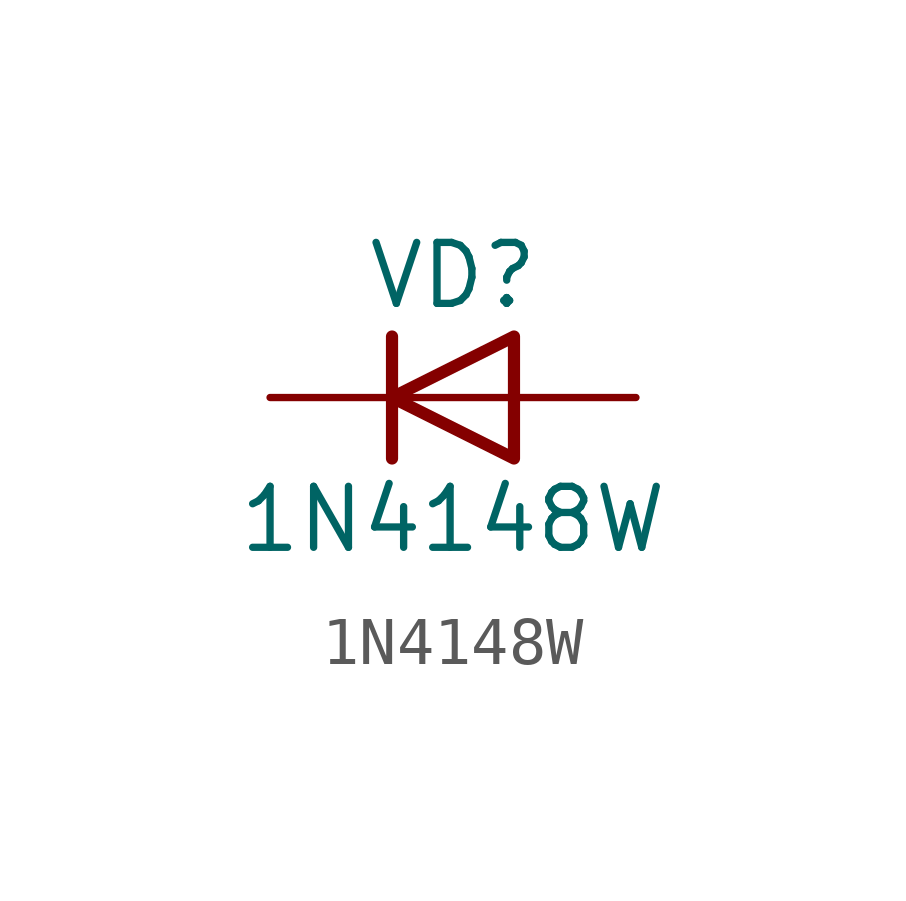
<source format=kicad_sym>
(kicad_symbol_lib
  (version 20210619)
  (generator kicad_symbol_editor)
  (symbol "my_Library:1N4148W"
    (pin_numbers hide)
    (pin_names
      (offset 1.016) hide)
    (property "Reference" "VD"
      (at 0 2.54 0)
      (effects (font (size 1.27 1.27))))
    (property "Value" "1N4148W"
      (at 0 -2.54 0)
      (effects (font (size 1.27 1.27))))
    (symbol "1N4148W_0_1"
      (polyline (pts (xy -1.27 1.27) (xy -1.27 -1.27)) (stroke (width 0.254)) (fill (type none)))
      (polyline (pts (xy 1.27 0) (xy -1.27 0)) (stroke (width 0)) (fill (type none)))
      (polyline (pts (xy 1.27 1.27) (xy 1.27 -1.27) (xy -1.27 0) (xy 1.27 1.27)) (stroke (width 0.254)) (fill (type none))))
    (symbol "1N4148W_1_1"
      (pin passive line (at -3.81 0 0) (length 2.54) (name "K" (effects (font (size 1.27 1.27)))) (number "1" (effects (font (size 1.27 1.27)))))
      (pin passive line (at 3.81 0 180) (length 2.54) (name "A" (effects (font (size 1.27 1.27)))) (number "2" (effects (font (size 1.27 1.27))))))))
</source>
